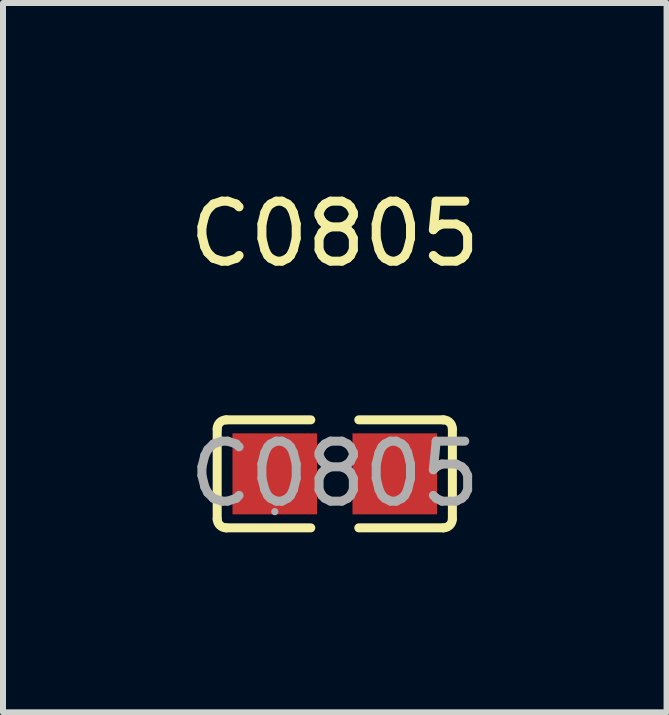
<source format=kicad_pcb>
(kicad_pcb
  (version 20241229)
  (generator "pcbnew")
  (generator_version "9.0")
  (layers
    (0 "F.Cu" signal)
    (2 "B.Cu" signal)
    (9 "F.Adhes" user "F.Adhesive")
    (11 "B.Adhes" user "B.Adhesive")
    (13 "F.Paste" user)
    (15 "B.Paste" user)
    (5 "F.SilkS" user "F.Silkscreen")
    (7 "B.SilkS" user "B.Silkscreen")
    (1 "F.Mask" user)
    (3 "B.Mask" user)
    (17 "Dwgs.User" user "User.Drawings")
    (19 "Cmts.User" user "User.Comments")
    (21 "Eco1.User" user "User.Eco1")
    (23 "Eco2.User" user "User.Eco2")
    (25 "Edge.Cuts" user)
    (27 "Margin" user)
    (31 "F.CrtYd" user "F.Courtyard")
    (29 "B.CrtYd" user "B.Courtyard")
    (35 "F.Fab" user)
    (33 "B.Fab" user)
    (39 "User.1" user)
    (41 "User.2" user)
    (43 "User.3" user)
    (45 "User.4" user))
  (footprint "C0805"
    (layer "F.Cu")
    (at 2.53 4.848)
    (property "Reference" "C0805" (at 0 -4 0) (layer "F.SilkS") (effects (font (size 1 1) (thickness 0.15))))
    (attr smd)
    (fp_line (start -1.96 0.75) (end -1.96 -0.75) (stroke (width 0.15) (type solid)) (layer "F.SilkS"))
    (fp_line (start -1.81 -0.9) (end -0.4 -0.9) (stroke (width 0.15) (type solid)) (layer "F.SilkS"))
    (fp_line (start -0.4 0.9) (end -1.81 0.9) (stroke (width 0.15) (type solid)) (layer "F.SilkS"))
    (fp_line (start 0.4 0.9) (end 1.81 0.9) (stroke (width 0.15) (type solid)) (layer "F.SilkS"))
    (fp_line (start 1.81 -0.9) (end 0.4 -0.9) (stroke (width 0.15) (type solid)) (layer "F.SilkS"))
    (fp_line (start 1.96 0.75) (end 1.96 -0.75) (stroke (width 0.15) (type solid)) (layer "F.SilkS"))
    (fp_arc (start -1.96 -0.75) (mid -1.916066 -0.856066) (end -1.81 -0.9) (stroke (width 0.15) (type solid)) (layer "F.SilkS"))
    (fp_arc (start -1.81 0.9) (mid -1.916066 0.856066) (end -1.96 0.75) (stroke (width 0.15) (type solid)) (layer "F.SilkS"))
    (fp_arc (start 1.81 -0.9) (mid 1.916066 -0.856066) (end 1.96 -0.75) (stroke (width 0.15) (type solid)) (layer "F.SilkS"))
    (fp_arc (start 1.96 0.75) (mid 1.916066 0.856066) (end 1.81 0.9) (stroke (width 0.15) (type solid)) (layer "F.SilkS"))
    (fp_circle (center -1 0.63) (end -0.97 0.63) (stroke (width 0.06) (type solid)) (fill no) (layer "F.Fab"))
    (fp_text user "${REFERENCE}" (at 0 0 0) (layer "F.Fab") (effects (font (size 1 1) (thickness 0.15))))
    (pad "1" smd rect (at -1 0) (size 1.41 1.35) (layers "F.Cu" "F.Mask" "F.Paste"))
    (pad "2" smd rect (at 1 0) (size 1.41 1.35) (layers "F.Cu" "F.Mask" "F.Paste")))
  (gr_rect
    (start -3 -3)
    (end 8.06 8.823)
    (stroke (width 0.1) (type default))
    (fill no)
    (layer "Edge.Cuts")))
</source>
